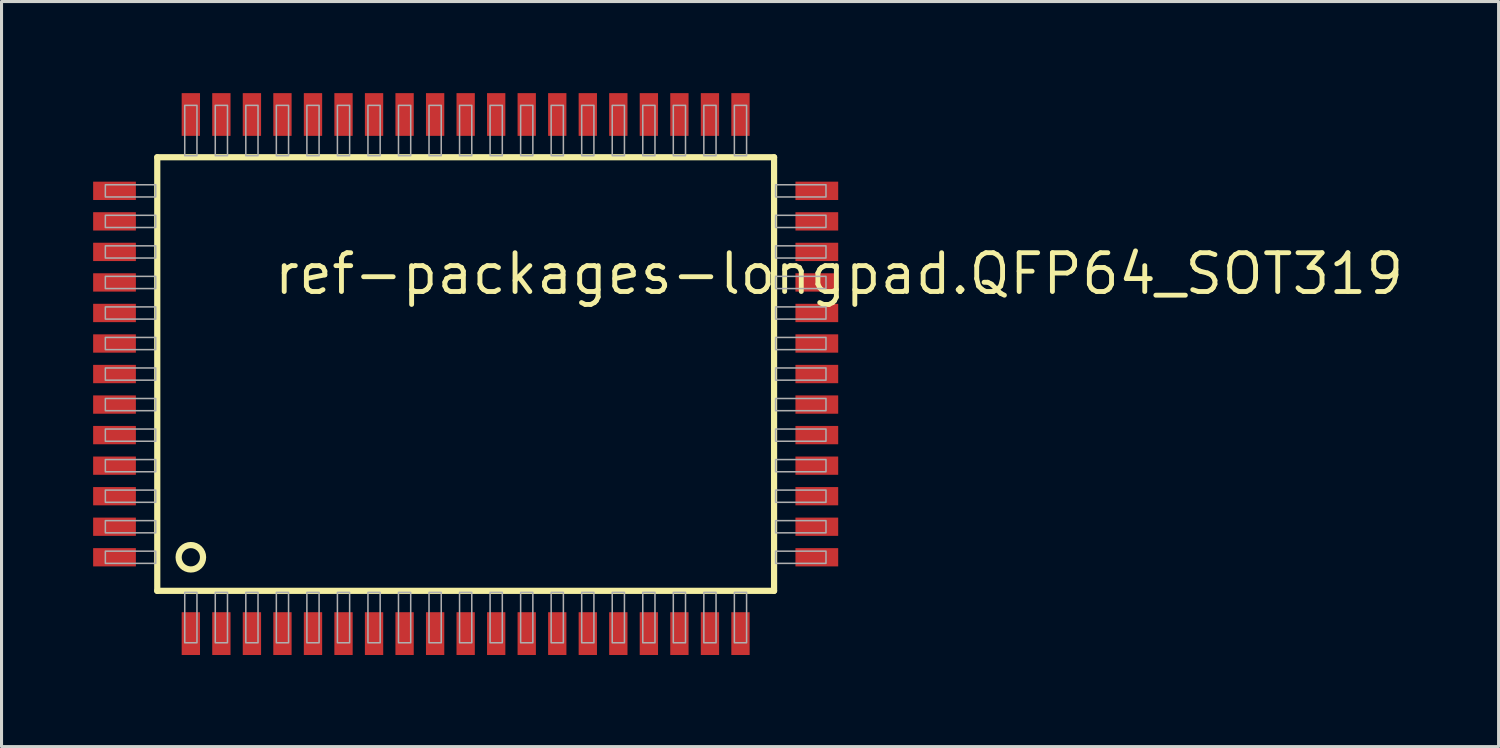
<source format=kicad_pcb>
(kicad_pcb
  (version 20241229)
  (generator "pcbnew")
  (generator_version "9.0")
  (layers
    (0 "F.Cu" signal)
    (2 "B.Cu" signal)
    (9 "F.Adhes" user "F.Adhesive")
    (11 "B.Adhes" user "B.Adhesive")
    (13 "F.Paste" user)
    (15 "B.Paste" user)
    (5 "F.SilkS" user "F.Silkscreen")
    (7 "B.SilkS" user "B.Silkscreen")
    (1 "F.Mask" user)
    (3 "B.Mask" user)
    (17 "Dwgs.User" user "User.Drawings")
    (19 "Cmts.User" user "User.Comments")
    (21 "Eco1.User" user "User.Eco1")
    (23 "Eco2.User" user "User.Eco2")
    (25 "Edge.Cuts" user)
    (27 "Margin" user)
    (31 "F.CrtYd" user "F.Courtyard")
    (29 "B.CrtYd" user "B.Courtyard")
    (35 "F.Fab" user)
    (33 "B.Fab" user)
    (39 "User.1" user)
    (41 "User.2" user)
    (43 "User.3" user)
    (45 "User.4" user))
  (footprint "ref-packages-longpad.QFP64_SOT319"
    (layer "F.Cu")
    (at 12.2 9.2)
    (property "Reference" "ref-packages-longpad.QFP64_SOT319" (at -6.35 -2.54 0) (layer "F.SilkS") (effects (font (size 1.27 1.27) (thickness 0.16)) (justify left bottom)))
    (attr smd)
    (fp_line (start -10.1 -7.1) (end 10.1 -7.1) (stroke (width 0.203) (type default)) (layer "F.SilkS"))
    (fp_line (start -10.1 7.1) (end -10.1 -7.1) (stroke (width 0.203) (type default)) (layer "F.SilkS"))
    (fp_line (start 10.1 -7.1) (end 10.1 7.1) (stroke (width 0.203) (type default)) (layer "F.SilkS"))
    (fp_line (start 10.1 7.1) (end -10.1 7.1) (stroke (width 0.203) (type default)) (layer "F.SilkS"))
    (fp_circle (center -9 6) (end -8.6 6) (stroke (width 0.203) (type default)) (fill no) (layer "F.SilkS"))
    (fp_rect (start -11.8 -5.8) (end -10.15 -6.2) (stroke (width 0.05) (type default)) (fill no) (layer "F.Fab"))
    (fp_rect (start -11.8 -4.8) (end -10.15 -5.2) (stroke (width 0.05) (type default)) (fill no) (layer "F.Fab"))
    (fp_rect (start -11.8 -3.8) (end -10.15 -4.2) (stroke (width 0.05) (type default)) (fill no) (layer "F.Fab"))
    (fp_rect (start -11.8 -2.8) (end -10.15 -3.2) (stroke (width 0.05) (type default)) (fill no) (layer "F.Fab"))
    (fp_rect (start -11.8 -1.8) (end -10.15 -2.2) (stroke (width 0.05) (type default)) (fill no) (layer "F.Fab"))
    (fp_rect (start -11.8 -0.8) (end -10.15 -1.2) (stroke (width 0.05) (type default)) (fill no) (layer "F.Fab"))
    (fp_rect (start -11.8 0.2) (end -10.15 -0.2) (stroke (width 0.05) (type default)) (fill no) (layer "F.Fab"))
    (fp_rect (start -11.8 1.2) (end -10.15 0.8) (stroke (width 0.05) (type default)) (fill no) (layer "F.Fab"))
    (fp_rect (start -11.8 2.2) (end -10.15 1.8) (stroke (width 0.05) (type default)) (fill no) (layer "F.Fab"))
    (fp_rect (start -11.8 3.2) (end -10.15 2.8) (stroke (width 0.05) (type default)) (fill no) (layer "F.Fab"))
    (fp_rect (start -11.8 4.2) (end -10.15 3.8) (stroke (width 0.05) (type default)) (fill no) (layer "F.Fab"))
    (fp_rect (start -11.8 5.2) (end -10.15 4.8) (stroke (width 0.05) (type default)) (fill no) (layer "F.Fab"))
    (fp_rect (start -11.8 6.2) (end -10.15 5.8) (stroke (width 0.05) (type default)) (fill no) (layer "F.Fab"))
    (fp_rect (start -9.2 -7.15) (end -8.8 -8.8) (stroke (width 0.05) (type default)) (fill no) (layer "F.Fab"))
    (fp_rect (start -9.2 8.8) (end -8.8 7.15) (stroke (width 0.05) (type default)) (fill no) (layer "F.Fab"))
    (fp_rect (start -8.2 -7.15) (end -7.8 -8.8) (stroke (width 0.05) (type default)) (fill no) (layer "F.Fab"))
    (fp_rect (start -8.2 8.8) (end -7.8 7.15) (stroke (width 0.05) (type default)) (fill no) (layer "F.Fab"))
    (fp_rect (start -7.2 -7.15) (end -6.8 -8.8) (stroke (width 0.05) (type default)) (fill no) (layer "F.Fab"))
    (fp_rect (start -7.2 8.8) (end -6.8 7.15) (stroke (width 0.05) (type default)) (fill no) (layer "F.Fab"))
    (fp_rect (start -6.2 -7.15) (end -5.8 -8.8) (stroke (width 0.05) (type default)) (fill no) (layer "F.Fab"))
    (fp_rect (start -6.2 8.8) (end -5.8 7.15) (stroke (width 0.05) (type default)) (fill no) (layer "F.Fab"))
    (fp_rect (start -5.2 -7.15) (end -4.8 -8.8) (stroke (width 0.05) (type default)) (fill no) (layer "F.Fab"))
    (fp_rect (start -5.2 8.8) (end -4.8 7.15) (stroke (width 0.05) (type default)) (fill no) (layer "F.Fab"))
    (fp_rect (start -4.2 -7.15) (end -3.8 -8.8) (stroke (width 0.05) (type default)) (fill no) (layer "F.Fab"))
    (fp_rect (start -4.2 8.8) (end -3.8 7.15) (stroke (width 0.05) (type default)) (fill no) (layer "F.Fab"))
    (fp_rect (start -3.2 -7.15) (end -2.8 -8.8) (stroke (width 0.05) (type default)) (fill no) (layer "F.Fab"))
    (fp_rect (start -3.2 8.8) (end -2.8 7.15) (stroke (width 0.05) (type default)) (fill no) (layer "F.Fab"))
    (fp_rect (start -2.2 -7.15) (end -1.8 -8.8) (stroke (width 0.05) (type default)) (fill no) (layer "F.Fab"))
    (fp_rect (start -2.2 8.8) (end -1.8 7.15) (stroke (width 0.05) (type default)) (fill no) (layer "F.Fab"))
    (fp_rect (start -1.2 -7.15) (end -0.8 -8.8) (stroke (width 0.05) (type default)) (fill no) (layer "F.Fab"))
    (fp_rect (start -1.2 8.8) (end -0.8 7.15) (stroke (width 0.05) (type default)) (fill no) (layer "F.Fab"))
    (fp_rect (start -0.2 -7.15) (end 0.2 -8.8) (stroke (width 0.05) (type default)) (fill no) (layer "F.Fab"))
    (fp_rect (start -0.2 8.8) (end 0.2 7.15) (stroke (width 0.05) (type default)) (fill no) (layer "F.Fab"))
    (fp_rect (start 0.8 -7.15) (end 1.2 -8.8) (stroke (width 0.05) (type default)) (fill no) (layer "F.Fab"))
    (fp_rect (start 0.8 8.8) (end 1.2 7.15) (stroke (width 0.05) (type default)) (fill no) (layer "F.Fab"))
    (fp_rect (start 1.8 -7.15) (end 2.2 -8.8) (stroke (width 0.05) (type default)) (fill no) (layer "F.Fab"))
    (fp_rect (start 1.8 8.8) (end 2.2 7.15) (stroke (width 0.05) (type default)) (fill no) (layer "F.Fab"))
    (fp_rect (start 2.8 -7.15) (end 3.2 -8.8) (stroke (width 0.05) (type default)) (fill no) (layer "F.Fab"))
    (fp_rect (start 2.8 8.8) (end 3.2 7.15) (stroke (width 0.05) (type default)) (fill no) (layer "F.Fab"))
    (fp_rect (start 3.8 -7.15) (end 4.2 -8.8) (stroke (width 0.05) (type default)) (fill no) (layer "F.Fab"))
    (fp_rect (start 3.8 8.8) (end 4.2 7.15) (stroke (width 0.05) (type default)) (fill no) (layer "F.Fab"))
    (fp_rect (start 4.8 -7.15) (end 5.2 -8.8) (stroke (width 0.05) (type default)) (fill no) (layer "F.Fab"))
    (fp_rect (start 4.8 8.8) (end 5.2 7.15) (stroke (width 0.05) (type default)) (fill no) (layer "F.Fab"))
    (fp_rect (start 5.8 -7.15) (end 6.2 -8.8) (stroke (width 0.05) (type default)) (fill no) (layer "F.Fab"))
    (fp_rect (start 5.8 8.8) (end 6.2 7.15) (stroke (width 0.05) (type default)) (fill no) (layer "F.Fab"))
    (fp_rect (start 6.8 -7.15) (end 7.2 -8.8) (stroke (width 0.05) (type default)) (fill no) (layer "F.Fab"))
    (fp_rect (start 6.8 8.8) (end 7.2 7.15) (stroke (width 0.05) (type default)) (fill no) (layer "F.Fab"))
    (fp_rect (start 7.8 -7.15) (end 8.2 -8.8) (stroke (width 0.05) (type default)) (fill no) (layer "F.Fab"))
    (fp_rect (start 7.8 8.8) (end 8.2 7.15) (stroke (width 0.05) (type default)) (fill no) (layer "F.Fab"))
    (fp_rect (start 8.8 -7.15) (end 9.2 -8.8) (stroke (width 0.05) (type default)) (fill no) (layer "F.Fab"))
    (fp_rect (start 8.8 8.8) (end 9.2 7.15) (stroke (width 0.05) (type default)) (fill no) (layer "F.Fab"))
    (fp_rect (start 10.15 -5.8) (end 11.8 -6.2) (stroke (width 0.05) (type default)) (fill no) (layer "F.Fab"))
    (fp_rect (start 10.15 -4.8) (end 11.8 -5.2) (stroke (width 0.05) (type default)) (fill no) (layer "F.Fab"))
    (fp_rect (start 10.15 -3.8) (end 11.8 -4.2) (stroke (width 0.05) (type default)) (fill no) (layer "F.Fab"))
    (fp_rect (start 10.15 -2.8) (end 11.8 -3.2) (stroke (width 0.05) (type default)) (fill no) (layer "F.Fab"))
    (fp_rect (start 10.15 -1.8) (end 11.8 -2.2) (stroke (width 0.05) (type default)) (fill no) (layer "F.Fab"))
    (fp_rect (start 10.15 -0.8) (end 11.8 -1.2) (stroke (width 0.05) (type default)) (fill no) (layer "F.Fab"))
    (fp_rect (start 10.15 0.2) (end 11.8 -0.2) (stroke (width 0.05) (type default)) (fill no) (layer "F.Fab"))
    (fp_rect (start 10.15 1.2) (end 11.8 0.8) (stroke (width 0.05) (type default)) (fill no) (layer "F.Fab"))
    (fp_rect (start 10.15 2.2) (end 11.8 1.8) (stroke (width 0.05) (type default)) (fill no) (layer "F.Fab"))
    (fp_rect (start 10.15 3.2) (end 11.8 2.8) (stroke (width 0.05) (type default)) (fill no) (layer "F.Fab"))
    (fp_rect (start 10.15 4.2) (end 11.8 3.8) (stroke (width 0.05) (type default)) (fill no) (layer "F.Fab"))
    (fp_rect (start 10.15 5.2) (end 11.8 4.8) (stroke (width 0.05) (type default)) (fill no) (layer "F.Fab"))
    (fp_rect (start 10.15 6.2) (end 11.8 5.8) (stroke (width 0.05) (type default)) (fill no) (layer "F.Fab"))
    (pad "1" smd roundrect (at -9 8.5) (size 0.6 1.4) (layers "F.Cu" "F.Mask" "F.Paste") (roundrect_rratio 0.01))
    (pad "2" smd roundrect (at -8 8.5) (size 0.6 1.4) (layers "F.Cu" "F.Mask" "F.Paste") (roundrect_rratio 0.01))
    (pad "3" smd roundrect (at -7 8.5) (size 0.6 1.4) (layers "F.Cu" "F.Mask" "F.Paste") (roundrect_rratio 0.01))
    (pad "4" smd roundrect (at -6 8.5) (size 0.6 1.4) (layers "F.Cu" "F.Mask" "F.Paste") (roundrect_rratio 0.01))
    (pad "5" smd roundrect (at -5 8.5) (size 0.6 1.4) (layers "F.Cu" "F.Mask" "F.Paste") (roundrect_rratio 0.01))
    (pad "6" smd roundrect (at -4 8.5) (size 0.6 1.4) (layers "F.Cu" "F.Mask" "F.Paste") (roundrect_rratio 0.01))
    (pad "7" smd roundrect (at -3 8.5) (size 0.6 1.4) (layers "F.Cu" "F.Mask" "F.Paste") (roundrect_rratio 0.01))
    (pad "8" smd roundrect (at -2 8.5) (size 0.6 1.4) (layers "F.Cu" "F.Mask" "F.Paste") (roundrect_rratio 0.01))
    (pad "9" smd roundrect (at -1 8.5) (size 0.6 1.4) (layers "F.Cu" "F.Mask" "F.Paste") (roundrect_rratio 0.01))
    (pad "10" smd roundrect (at 0 8.5) (size 0.6 1.4) (layers "F.Cu" "F.Mask" "F.Paste") (roundrect_rratio 0.01))
    (pad "11" smd roundrect (at 1 8.5) (size 0.6 1.4) (layers "F.Cu" "F.Mask" "F.Paste") (roundrect_rratio 0.01))
    (pad "12" smd roundrect (at 2 8.5) (size 0.6 1.4) (layers "F.Cu" "F.Mask" "F.Paste") (roundrect_rratio 0.01))
    (pad "13" smd roundrect (at 3 8.5) (size 0.6 1.4) (layers "F.Cu" "F.Mask" "F.Paste") (roundrect_rratio 0.01))
    (pad "14" smd roundrect (at 4 8.5) (size 0.6 1.4) (layers "F.Cu" "F.Mask" "F.Paste") (roundrect_rratio 0.01))
    (pad "15" smd roundrect (at 5 8.5) (size 0.6 1.4) (layers "F.Cu" "F.Mask" "F.Paste") (roundrect_rratio 0.01))
    (pad "16" smd roundrect (at 6 8.5) (size 0.6 1.4) (layers "F.Cu" "F.Mask" "F.Paste") (roundrect_rratio 0.01))
    (pad "17" smd roundrect (at 7 8.5) (size 0.6 1.4) (layers "F.Cu" "F.Mask" "F.Paste") (roundrect_rratio 0.01))
    (pad "18" smd roundrect (at 8 8.5) (size 0.6 1.4) (layers "F.Cu" "F.Mask" "F.Paste") (roundrect_rratio 0.01))
    (pad "19" smd roundrect (at 9 8.5) (size 0.6 1.4) (layers "F.Cu" "F.Mask" "F.Paste") (roundrect_rratio 0.01))
    (pad "20" smd roundrect (at 11.5 6) (size 1.4 0.6) (layers "F.Cu" "F.Mask" "F.Paste") (roundrect_rratio 0.01))
    (pad "21" smd roundrect (at 11.5 5) (size 1.4 0.6) (layers "F.Cu" "F.Mask" "F.Paste") (roundrect_rratio 0.01))
    (pad "22" smd roundrect (at 11.5 4) (size 1.4 0.6) (layers "F.Cu" "F.Mask" "F.Paste") (roundrect_rratio 0.01))
    (pad "23" smd roundrect (at 11.5 3) (size 1.4 0.6) (layers "F.Cu" "F.Mask" "F.Paste") (roundrect_rratio 0.01))
    (pad "24" smd roundrect (at 11.5 2) (size 1.4 0.6) (layers "F.Cu" "F.Mask" "F.Paste") (roundrect_rratio 0.01))
    (pad "25" smd roundrect (at 11.5 1) (size 1.4 0.6) (layers "F.Cu" "F.Mask" "F.Paste") (roundrect_rratio 0.01))
    (pad "26" smd roundrect (at 11.5 0) (size 1.4 0.6) (layers "F.Cu" "F.Mask" "F.Paste") (roundrect_rratio 0.01))
    (pad "27" smd roundrect (at 11.5 -1) (size 1.4 0.6) (layers "F.Cu" "F.Mask" "F.Paste") (roundrect_rratio 0.01))
    (pad "28" smd roundrect (at 11.5 -2) (size 1.4 0.6) (layers "F.Cu" "F.Mask" "F.Paste") (roundrect_rratio 0.01))
    (pad "29" smd roundrect (at 11.5 -3) (size 1.4 0.6) (layers "F.Cu" "F.Mask" "F.Paste") (roundrect_rratio 0.01))
    (pad "30" smd roundrect (at 11.5 -4) (size 1.4 0.6) (layers "F.Cu" "F.Mask" "F.Paste") (roundrect_rratio 0.01))
    (pad "31" smd roundrect (at 11.5 -5) (size 1.4 0.6) (layers "F.Cu" "F.Mask" "F.Paste") (roundrect_rratio 0.01))
    (pad "32" smd roundrect (at 11.5 -6) (size 1.4 0.6) (layers "F.Cu" "F.Mask" "F.Paste") (roundrect_rratio 0.01))
    (pad "33" smd roundrect (at 9 -8.5) (size 0.6 1.4) (layers "F.Cu" "F.Mask" "F.Paste") (roundrect_rratio 0.01))
    (pad "34" smd roundrect (at 8 -8.5) (size 0.6 1.4) (layers "F.Cu" "F.Mask" "F.Paste") (roundrect_rratio 0.01))
    (pad "35" smd roundrect (at 7 -8.5) (size 0.6 1.4) (layers "F.Cu" "F.Mask" "F.Paste") (roundrect_rratio 0.01))
    (pad "36" smd roundrect (at 6 -8.5) (size 0.6 1.4) (layers "F.Cu" "F.Mask" "F.Paste") (roundrect_rratio 0.01))
    (pad "37" smd roundrect (at 5 -8.5) (size 0.6 1.4) (layers "F.Cu" "F.Mask" "F.Paste") (roundrect_rratio 0.01))
    (pad "38" smd roundrect (at 4 -8.5) (size 0.6 1.4) (layers "F.Cu" "F.Mask" "F.Paste") (roundrect_rratio 0.01))
    (pad "39" smd roundrect (at 3 -8.5) (size 0.6 1.4) (layers "F.Cu" "F.Mask" "F.Paste") (roundrect_rratio 0.01))
    (pad "40" smd roundrect (at 2 -8.5) (size 0.6 1.4) (layers "F.Cu" "F.Mask" "F.Paste") (roundrect_rratio 0.01))
    (pad "41" smd roundrect (at 1 -8.5) (size 0.6 1.4) (layers "F.Cu" "F.Mask" "F.Paste") (roundrect_rratio 0.01))
    (pad "42" smd roundrect (at 0 -8.5) (size 0.6 1.4) (layers "F.Cu" "F.Mask" "F.Paste") (roundrect_rratio 0.01))
    (pad "43" smd roundrect (at -1 -8.5) (size 0.6 1.4) (layers "F.Cu" "F.Mask" "F.Paste") (roundrect_rratio 0.01))
    (pad "44" smd roundrect (at -2 -8.5) (size 0.6 1.4) (layers "F.Cu" "F.Mask" "F.Paste") (roundrect_rratio 0.01))
    (pad "45" smd roundrect (at -3 -8.5) (size 0.6 1.4) (layers "F.Cu" "F.Mask" "F.Paste") (roundrect_rratio 0.01))
    (pad "46" smd roundrect (at -4 -8.5) (size 0.6 1.4) (layers "F.Cu" "F.Mask" "F.Paste") (roundrect_rratio 0.01))
    (pad "47" smd roundrect (at -5 -8.5) (size 0.6 1.4) (layers "F.Cu" "F.Mask" "F.Paste") (roundrect_rratio 0.01))
    (pad "48" smd roundrect (at -6 -8.5) (size 0.6 1.4) (layers "F.Cu" "F.Mask" "F.Paste") (roundrect_rratio 0.01))
    (pad "49" smd roundrect (at -7 -8.5) (size 0.6 1.4) (layers "F.Cu" "F.Mask" "F.Paste") (roundrect_rratio 0.01))
    (pad "50" smd roundrect (at -8 -8.5) (size 0.6 1.4) (layers "F.Cu" "F.Mask" "F.Paste") (roundrect_rratio 0.01))
    (pad "51" smd roundrect (at -9 -8.5) (size 0.6 1.4) (layers "F.Cu" "F.Mask" "F.Paste") (roundrect_rratio 0.01))
    (pad "52" smd roundrect (at -11.5 -6) (size 1.4 0.6) (layers "F.Cu" "F.Mask" "F.Paste") (roundrect_rratio 0.01))
    (pad "53" smd roundrect (at -11.5 -5) (size 1.4 0.6) (layers "F.Cu" "F.Mask" "F.Paste") (roundrect_rratio 0.01))
    (pad "54" smd roundrect (at -11.5 -4) (size 1.4 0.6) (layers "F.Cu" "F.Mask" "F.Paste") (roundrect_rratio 0.01))
    (pad "55" smd roundrect (at -11.5 -3) (size 1.4 0.6) (layers "F.Cu" "F.Mask" "F.Paste") (roundrect_rratio 0.01))
    (pad "56" smd roundrect (at -11.5 -2) (size 1.4 0.6) (layers "F.Cu" "F.Mask" "F.Paste") (roundrect_rratio 0.01))
    (pad "57" smd roundrect (at -11.5 -1) (size 1.4 0.6) (layers "F.Cu" "F.Mask" "F.Paste") (roundrect_rratio 0.01))
    (pad "58" smd roundrect (at -11.5 0) (size 1.4 0.6) (layers "F.Cu" "F.Mask" "F.Paste") (roundrect_rratio 0.01))
    (pad "59" smd roundrect (at -11.5 1) (size 1.4 0.6) (layers "F.Cu" "F.Mask" "F.Paste") (roundrect_rratio 0.01))
    (pad "60" smd roundrect (at -11.5 2) (size 1.4 0.6) (layers "F.Cu" "F.Mask" "F.Paste") (roundrect_rratio 0.01))
    (pad "61" smd roundrect (at -11.5 3) (size 1.4 0.6) (layers "F.Cu" "F.Mask" "F.Paste") (roundrect_rratio 0.01))
    (pad "62" smd roundrect (at -11.5 4) (size 1.4 0.6) (layers "F.Cu" "F.Mask" "F.Paste") (roundrect_rratio 0.01))
    (pad "63" smd roundrect (at -11.5 5) (size 1.4 0.6) (layers "F.Cu" "F.Mask" "F.Paste") (roundrect_rratio 0.01))
    (pad "64" smd roundrect (at -11.5 6) (size 1.4 0.6) (layers "F.Cu" "F.Mask" "F.Paste") (roundrect_rratio 0.01)))
  (gr_rect
    (start -3 -3)
    (end 46.027 21.4)
    (stroke (width 0.1) (type default))
    (fill no)
    (layer "Edge.Cuts")))
</source>
